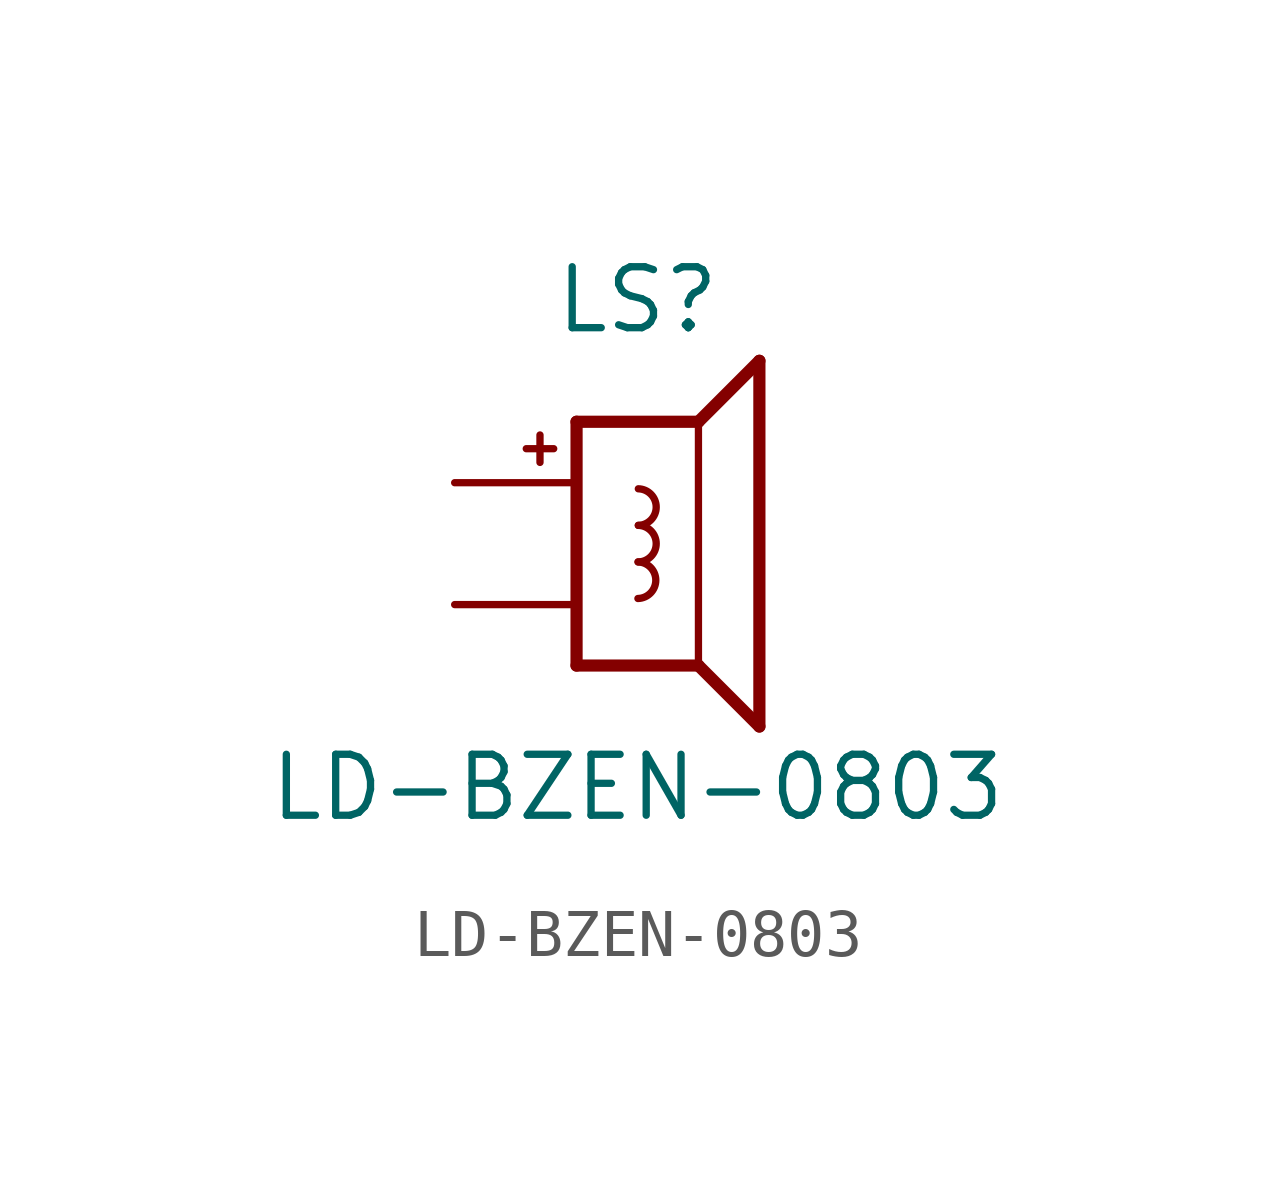
<source format=kicad_sym>
(kicad_symbol_lib
  (version 20231120)
  (generator "kicad_symbol_editor")
  (generator_version "8.0")
  (symbol "LD-BZEN-0803"
    (pin_numbers hide)
    (pin_names
      (offset 1.016) hide)
    (property "Reference" "LS"
      (at 0 5.08 0)
      (effects (font (size 1.27 1.27))))
    (property "Value" "LD-BZEN-0803"
      (at 0 -5.08 0)
      (effects (font (size 1.27 1.27))))
    (symbol "LD-BZEN-0803_0_0"
      (text "+" (at -2.032 2.032 0) (effects (font (size 0.75 0.75)))))
    (symbol "LD-BZEN-0803_0_1"
      (arc (start 0.0087 -1.143) (mid 0.3811 -0.762) (end 0.0087 -0.381) (stroke (width 0) (type default)) (fill (type none)))
      (arc (start 0.0174 -0.381) (mid 0.3898 0) (end 0.0174 0.381) (stroke (width 0) (type default)) (fill (type none)))
      (arc (start 0.0174 0.381) (mid 0.3898 0.762) (end 0.0174 1.143) (stroke (width 0) (type default)) (fill (type none))))
    (symbol "LD-BZEN-0803_1_0"
      (polyline (pts (xy -1.27 -2.54) (xy -1.27 2.54)) (stroke (width 0.254) (type default)) (fill (type none)))
      (polyline (pts (xy -1.27 -2.54) (xy 1.27 -2.54)) (stroke (width 0.254) (type default)) (fill (type none)))
      (polyline (pts (xy 1.27 -2.54) (xy 1.27 2.54)) (stroke (width 0.152) (type default)) (fill (type none)))
      (polyline (pts (xy 1.27 2.54) (xy -1.27 2.54)) (stroke (width 0.254) (type default)) (fill (type none)))
      (polyline (pts (xy 1.27 2.54) (xy 2.54 3.81)) (stroke (width 0.254) (type default)) (fill (type none)))
      (polyline (pts (xy 2.54 -3.81) (xy 1.27 -2.54)) (stroke (width 0.254) (type default)) (fill (type none)))
      (polyline (pts (xy 2.54 3.81) (xy 2.54 -3.81)) (stroke (width 0.254) (type default)) (fill (type none))))
    (symbol "LD-BZEN-0803_1_1"
      (pin passive line (at -3.81 1.27 0) (length 2.54) (name "1" (effects (font (size 1.27 1.27)))) (number "1" (effects (font (size 1.27 1.27)))))
      (pin passive line (at -3.81 -1.27 0) (length 2.54) (name "2" (effects (font (size 1.27 1.27)))) (number "2" (effects (font (size 1.27 1.27))))))))
</source>
